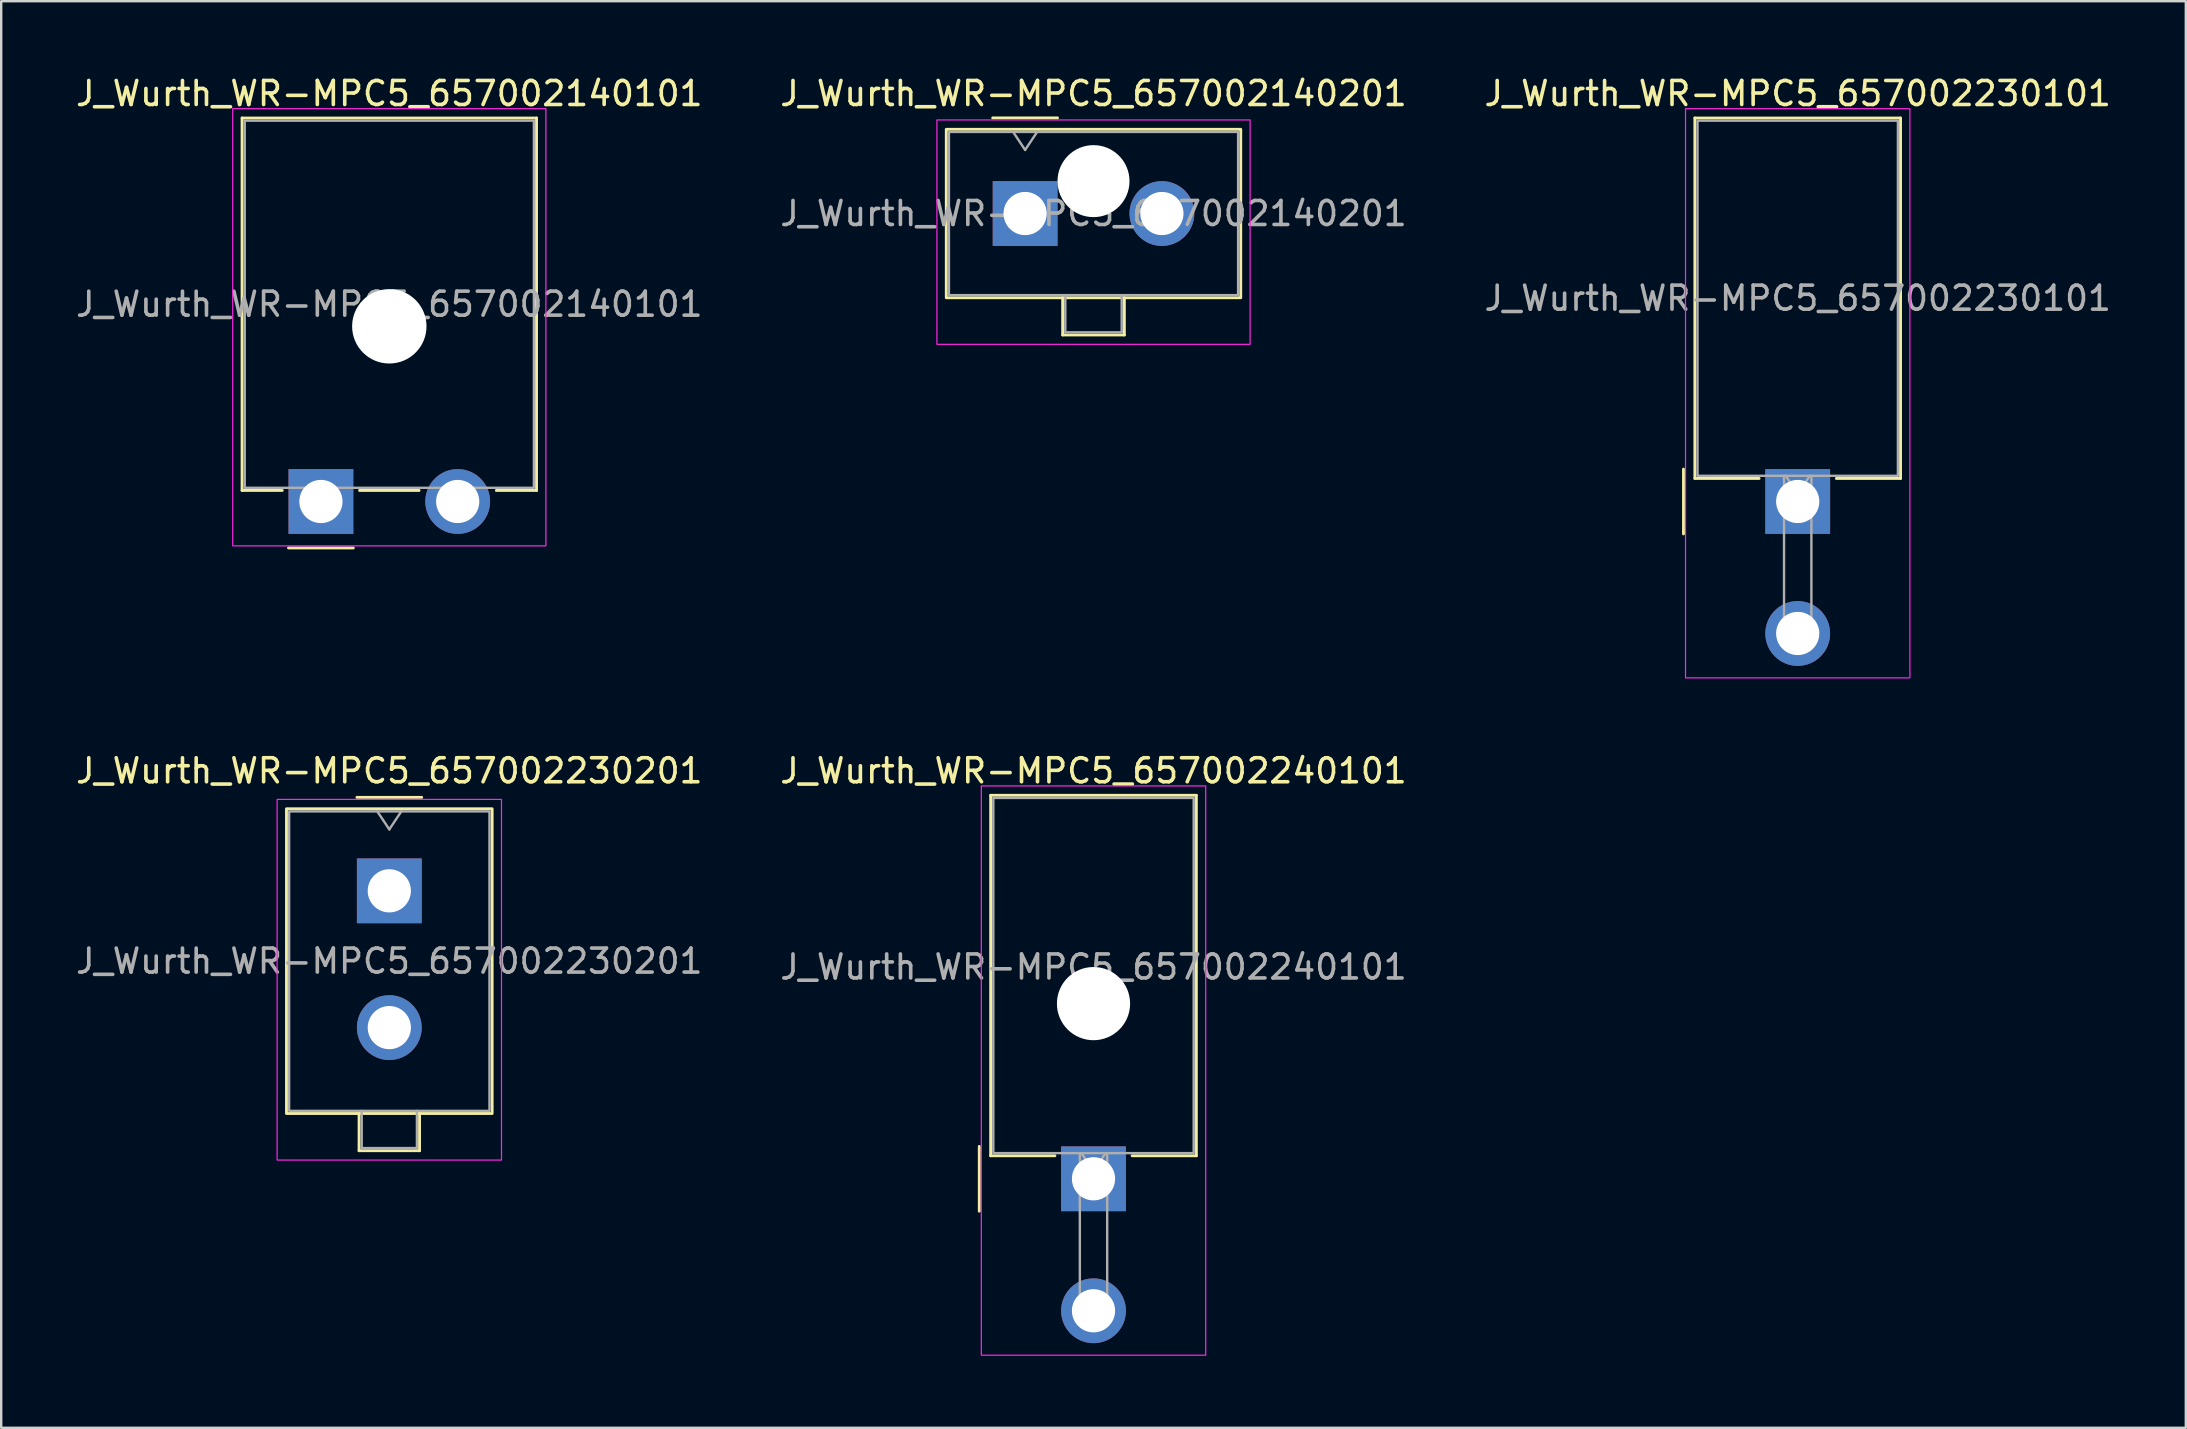
<source format=kicad_pcb>
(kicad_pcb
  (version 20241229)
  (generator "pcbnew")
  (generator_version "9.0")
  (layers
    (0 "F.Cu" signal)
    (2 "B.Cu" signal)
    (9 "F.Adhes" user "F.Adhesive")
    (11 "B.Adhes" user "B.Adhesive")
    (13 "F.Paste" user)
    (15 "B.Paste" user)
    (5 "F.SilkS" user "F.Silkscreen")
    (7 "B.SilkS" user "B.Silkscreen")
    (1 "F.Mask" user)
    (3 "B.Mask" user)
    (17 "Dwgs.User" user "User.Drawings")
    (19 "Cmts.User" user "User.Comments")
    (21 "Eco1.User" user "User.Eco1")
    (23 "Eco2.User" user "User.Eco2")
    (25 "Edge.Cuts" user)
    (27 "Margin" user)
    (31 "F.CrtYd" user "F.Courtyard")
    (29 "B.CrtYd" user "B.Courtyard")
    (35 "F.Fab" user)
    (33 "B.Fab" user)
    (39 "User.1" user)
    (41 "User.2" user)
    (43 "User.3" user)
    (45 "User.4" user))
  (footprint "J_Wurth_WR-MPC5_657002140201"
    (layer "F.Cu")
    (at 39.668 5.848)
    (property "Reference" "J_Wurth_WR-MPC5_657002140201" (at 2.85 -5 0) (unlocked yes) (layer "F.SilkS") (effects (font (size 1 1) (thickness 0.15))))
    (attr through_hole)
    (fp_line (start -1.35 -3.985) (end 1.35 -3.985) (stroke (width 0.12) (type solid)) (layer "F.SilkS"))
    (fp_line (start 1.565 3.51) (end 1.565 5.06) (stroke (width 0.12) (type solid)) (layer "F.SilkS"))
    (fp_line (start 1.565 5.06) (end 4.135 5.06) (stroke (width 0.12) (type solid)) (layer "F.SilkS"))
    (fp_line (start 4.135 3.51) (end 4.135 5.06) (stroke (width 0.12) (type solid)) (layer "F.SilkS"))
    (fp_rect (start -3.285 -3.51) (end 8.985 3.51) (stroke (width 0.12) (type solid)) (fill no) (layer "F.SilkS"))
    (fp_rect (start -3.675 -3.9) (end 9.375 5.45) (stroke (width 0.05) (type solid)) (fill no) (layer "F.CrtYd"))
    (fp_line (start 0 -2.65) (end -0.5 -3.4) (stroke (width 0.1) (type solid)) (layer "F.Fab"))
    (fp_line (start 0 -2.65) (end 0.5 -3.4) (stroke (width 0.1) (type solid)) (layer "F.Fab"))
    (fp_line (start 1.675 4.95) (end 1.675 3.4) (stroke (width 0.1) (type solid)) (layer "F.Fab"))
    (fp_line (start 4.025 3.4) (end 4.025 4.95) (stroke (width 0.1) (type solid)) (layer "F.Fab"))
    (fp_line (start 4.025 4.95) (end 1.675 4.95) (stroke (width 0.1) (type solid)) (layer "F.Fab"))
    (fp_rect (start -3.175 -3.4) (end 8.875 3.4) (stroke (width 0.1) (type solid)) (fill no) (layer "F.Fab"))
    (fp_text user "${REFERENCE}" (at 2.85 0 0) (unlocked yes) (layer "F.Fab") (effects (font (size 1 1) (thickness 0.15))))
    (pad "" np_thru_hole circle (at 2.85 -1.35) (size 3 3) (drill 3) (layers "*.Cu" "*.Mask"))
    (pad "1" thru_hole rect (at 0 0 180) (size 2.7 2.7) (drill 1.8) (layers "*.Cu" "*.Mask"))
    (pad "2" thru_hole circle (at 5.7 0 180) (size 2.7 2.7) (drill 1.8) (layers "*.Cu" "*.Mask")))
  (footprint "J_Wurth_WR-MPC5_657002230101"
    (layer "F.Cu")
    (at 71.863 17.848)
    (property "Reference" "J_Wurth_WR-MPC5_657002230101" (at 0 -17 0) (unlocked yes) (layer "F.SilkS") (effects (font (size 1 1) (thickness 0.15))))
    (attr through_hole)
    (fp_line (start -4.76 -1.35) (end -4.76 1.35) (stroke (width 0.12) (type solid)) (layer "F.SilkS"))
    (fp_line (start -4.285 -15.98) (end -4.285 -0.96) (stroke (width 0.12) (type solid)) (layer "F.SilkS"))
    (fp_line (start -4.285 -15.98) (end 4.285 -15.98) (stroke (width 0.12) (type solid)) (layer "F.SilkS"))
    (fp_line (start -1.61 -0.96) (end -4.285 -0.96) (stroke (width 0.12) (type solid)) (layer "F.SilkS"))
    (fp_line (start 1.61 -0.96) (end 4.285 -0.96) (stroke (width 0.12) (type solid)) (layer "F.SilkS"))
    (fp_line (start 4.285 -15.98) (end 4.285 -0.96) (stroke (width 0.12) (type solid)) (layer "F.SilkS"))
    (fp_rect (start -4.675 -16.37) (end 4.675 7.35) (stroke (width 0.05) (type solid)) (fill no) (layer "F.CrtYd"))
    (fp_line (start -0.57 0.57) (end -0.57 -1.07) (stroke (width 0.1) (type solid)) (layer "F.Fab"))
    (fp_line (start -0.57 0.57) (end 0.57 0.57) (stroke (width 0.1) (type solid)) (layer "F.Fab"))
    (fp_line (start -0.57 6.07) (end -0.57 0.57) (stroke (width 0.1) (type solid)) (layer "F.Fab"))
    (fp_line (start 0 -0.32) (end -0.5 -1.07) (stroke (width 0.1) (type solid)) (layer "F.Fab"))
    (fp_line (start 0 -0.32) (end 0.5 -1.07) (stroke (width 0.1) (type solid)) (layer "F.Fab"))
    (fp_line (start 0.57 0.57) (end 0.57 -1.07) (stroke (width 0.1) (type solid)) (layer "F.Fab"))
    (fp_line (start 0.57 6.07) (end -0.57 6.07) (stroke (width 0.1) (type solid)) (layer "F.Fab"))
    (fp_line (start 0.57 6.07) (end 0.57 0.57) (stroke (width 0.1) (type solid)) (layer "F.Fab"))
    (fp_rect (start -4.175 -15.87) (end 4.175 -1.07) (stroke (width 0.1) (type solid)) (fill no) (layer "F.Fab"))
    (fp_text user "${REFERENCE}" (at 0 -8.47 0) (unlocked yes) (layer "F.Fab") (effects (font (size 1 1) (thickness 0.15))))
    (pad "1" thru_hole rect (at 0 0 180) (size 2.7 2.7) (drill 1.8) (layers "*.Cu" "*.Mask"))
    (pad "2" thru_hole circle (at 0 5.5 180) (size 2.7 2.7) (drill 1.8) (layers "*.Cu" "*.Mask")))
  (footprint "J_Wurth_WR-MPC5_657002140101"
    (layer "F.Cu")
    (at 10.323 17.848)
    (property "Reference" "J_Wurth_WR-MPC5_657002140101" (at 2.85 -17 0) (unlocked yes) (layer "F.SilkS") (effects (font (size 1 1) (thickness 0.15))))
    (attr through_hole)
    (fp_line (start -3.285 -15.98) (end -3.285 -0.46) (stroke (width 0.12) (type solid)) (layer "F.SilkS"))
    (fp_line (start -3.285 -15.98) (end 8.985 -15.98) (stroke (width 0.12) (type solid)) (layer "F.SilkS"))
    (fp_line (start -1.61 -0.46) (end -3.285 -0.46) (stroke (width 0.12) (type solid)) (layer "F.SilkS"))
    (fp_line (start 1.35 1.935) (end -1.35 1.935) (stroke (width 0.12) (type solid)) (layer "F.SilkS"))
    (fp_line (start 4.09 -0.46) (end 1.61 -0.46) (stroke (width 0.12) (type solid)) (layer "F.SilkS"))
    (fp_line (start 7.31 -0.46) (end 8.985 -0.46) (stroke (width 0.12) (type solid)) (layer "F.SilkS"))
    (fp_line (start 8.985 -15.98) (end 8.985 -0.46) (stroke (width 0.12) (type solid)) (layer "F.SilkS"))
    (fp_rect (start -3.675 -16.37) (end 9.375 1.85) (stroke (width 0.05) (type solid)) (fill no) (layer "F.CrtYd"))
    (fp_line (start 0 0.18) (end -0.5 -0.57) (stroke (width 0.1) (type solid)) (layer "F.Fab"))
    (fp_line (start 0 0.18) (end 0.5 -0.57) (stroke (width 0.1) (type solid)) (layer "F.Fab"))
    (fp_rect (start -3.175 -15.87) (end 8.875 -0.57) (stroke (width 0.1) (type solid)) (fill no) (layer "F.Fab"))
    (fp_text user "${REFERENCE}" (at 2.85 -8.22 0) (unlocked yes) (layer "F.Fab") (effects (font (size 1 1) (thickness 0.15))))
    (pad "" np_thru_hole circle (at 2.85 -7.3) (size 3.1 3.1) (drill 3.1) (layers "*.Cu" "*.Mask"))
    (pad "1" thru_hole rect (at 0 0 180) (size 2.7 2.7) (drill 1.8) (layers "*.Cu" "*.Mask"))
    (pad "2" thru_hole circle (at 5.7 0 180) (size 2.7 2.7) (drill 1.8) (layers "*.Cu" "*.Mask")))
  (footprint "J_Wurth_WR-MPC5_657002230201"
    (layer "F.Cu")
    (at 13.173 34.072)
    (property "Reference" "J_Wurth_WR-MPC5_657002230201" (at 0 -5 0) (unlocked yes) (layer "F.SilkS") (effects (font (size 1 1) (thickness 0.15))))
    (attr through_hole)
    (fp_line (start -1.35 -3.895) (end 1.35 -3.895) (stroke (width 0.12) (type solid)) (layer "F.SilkS"))
    (fp_line (start -1.26 9.28) (end -1.26 10.83) (stroke (width 0.12) (type solid)) (layer "F.SilkS"))
    (fp_line (start -1.26 10.83) (end 1.26 10.83) (stroke (width 0.12) (type solid)) (layer "F.SilkS"))
    (fp_line (start 1.26 9.28) (end 1.26 10.83) (stroke (width 0.12) (type solid)) (layer "F.SilkS"))
    (fp_rect (start -4.285 -3.42) (end 4.285 9.28) (stroke (width 0.12) (type solid)) (fill no) (layer "F.SilkS"))
    (fp_rect (start -4.675 -3.81) (end 4.675 11.22) (stroke (width 0.05) (type solid)) (fill no) (layer "F.CrtYd"))
    (fp_line (start -1.15 10.72) (end -1.15 9.17) (stroke (width 0.1) (type solid)) (layer "F.Fab"))
    (fp_line (start 0 -2.56) (end -0.5 -3.31) (stroke (width 0.1) (type solid)) (layer "F.Fab"))
    (fp_line (start 0 -2.56) (end 0.5 -3.31) (stroke (width 0.1) (type solid)) (layer "F.Fab"))
    (fp_line (start 1.15 9.17) (end 1.15 10.72) (stroke (width 0.1) (type solid)) (layer "F.Fab"))
    (fp_line (start 1.15 10.72) (end -1.15 10.72) (stroke (width 0.1) (type solid)) (layer "F.Fab"))
    (fp_rect (start -4.175 -3.31) (end 4.175 9.17) (stroke (width 0.1) (type solid)) (fill no) (layer "F.Fab"))
    (fp_text user "${REFERENCE}" (at 0 2.93 0) (unlocked yes) (layer "F.Fab") (effects (font (size 1 1) (thickness 0.15))))
    (pad "1" thru_hole rect (at 0 0 180) (size 2.7 2.7) (drill 1.8) (layers "*.Cu" "*.Mask"))
    (pad "2" thru_hole circle (at 0 5.7 180) (size 2.7 2.7) (drill 1.8) (layers "*.Cu" "*.Mask")))
  (footprint "J_Wurth_WR-MPC5_657002240101"
    (layer "F.Cu")
    (at 42.518 46.072)
    (property "Reference" "J_Wurth_WR-MPC5_657002240101" (at 0 -17 0) (unlocked yes) (layer "F.SilkS") (effects (font (size 1 1) (thickness 0.15))))
    (attr through_hole)
    (fp_line (start -4.76 -1.35) (end -4.76 1.35) (stroke (width 0.12) (type solid)) (layer "F.SilkS"))
    (fp_line (start -4.285 -15.98) (end -4.285 -0.96) (stroke (width 0.12) (type solid)) (layer "F.SilkS"))
    (fp_line (start -4.285 -15.98) (end 4.285 -15.98) (stroke (width 0.12) (type solid)) (layer "F.SilkS"))
    (fp_line (start -1.61 -0.96) (end -4.285 -0.96) (stroke (width 0.12) (type solid)) (layer "F.SilkS"))
    (fp_line (start 1.61 -0.96) (end 4.285 -0.96) (stroke (width 0.12) (type solid)) (layer "F.SilkS"))
    (fp_line (start 4.285 -15.98) (end 4.285 -0.96) (stroke (width 0.12) (type solid)) (layer "F.SilkS"))
    (fp_rect (start -4.675 -16.37) (end 4.675 7.35) (stroke (width 0.05) (type solid)) (fill no) (layer "F.CrtYd"))
    (fp_line (start -0.57 0.57) (end -0.57 -1.07) (stroke (width 0.1) (type solid)) (layer "F.Fab"))
    (fp_line (start -0.57 0.57) (end 0.57 0.57) (stroke (width 0.1) (type solid)) (layer "F.Fab"))
    (fp_line (start -0.57 6.07) (end -0.57 0.57) (stroke (width 0.1) (type solid)) (layer "F.Fab"))
    (fp_line (start 0 -0.32) (end -0.5 -1.07) (stroke (width 0.1) (type solid)) (layer "F.Fab"))
    (fp_line (start 0 -0.32) (end 0.5 -1.07) (stroke (width 0.1) (type solid)) (layer "F.Fab"))
    (fp_line (start 0.57 0.57) (end 0.57 -1.07) (stroke (width 0.1) (type solid)) (layer "F.Fab"))
    (fp_line (start 0.57 6.07) (end -0.57 6.07) (stroke (width 0.1) (type solid)) (layer "F.Fab"))
    (fp_line (start 0.57 6.07) (end 0.57 0.57) (stroke (width 0.1) (type solid)) (layer "F.Fab"))
    (fp_rect (start -4.175 -15.87) (end 4.175 -1.07) (stroke (width 0.1) (type solid)) (fill no) (layer "F.Fab"))
    (fp_text user "${REFERENCE}" (at 0 -8.825 0) (unlocked yes) (layer "F.Fab") (effects (font (size 1 1) (thickness 0.15))))
    (pad "" np_thru_hole circle (at 0 -7.3 180) (size 3.05 3.05) (drill 3.05) (layers "*.Cu" "*.Mask"))
    (pad "1" thru_hole rect (at 0 0 180) (size 2.7 2.7) (drill 1.8) (layers "*.Cu" "*.Mask"))
    (pad "2" thru_hole circle (at 0 5.5 180) (size 2.7 2.7) (drill 1.8) (layers "*.Cu" "*.Mask")))
  (gr_rect
    (start -3 -3)
    (end 88.036 56.447)
    (stroke (width 0.1) (type default))
    (fill no)
    (layer "Edge.Cuts")))
</source>
